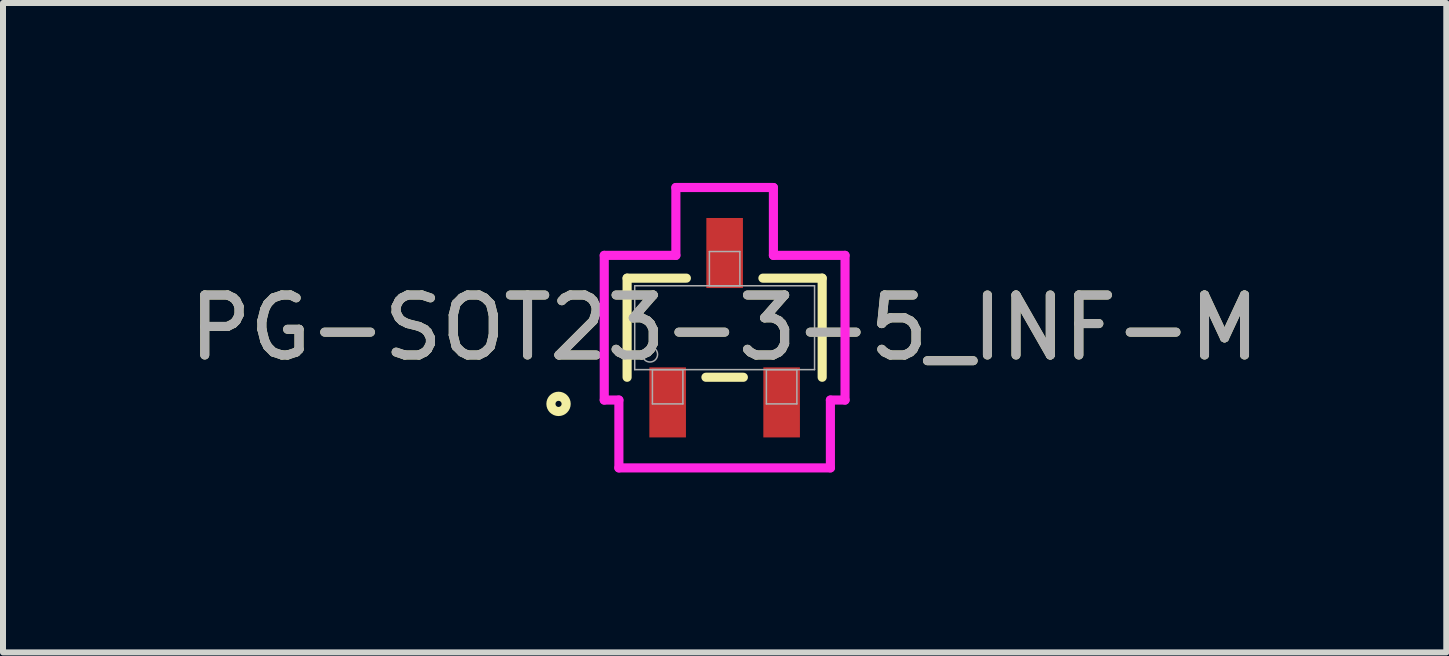
<source format=kicad_pcb>
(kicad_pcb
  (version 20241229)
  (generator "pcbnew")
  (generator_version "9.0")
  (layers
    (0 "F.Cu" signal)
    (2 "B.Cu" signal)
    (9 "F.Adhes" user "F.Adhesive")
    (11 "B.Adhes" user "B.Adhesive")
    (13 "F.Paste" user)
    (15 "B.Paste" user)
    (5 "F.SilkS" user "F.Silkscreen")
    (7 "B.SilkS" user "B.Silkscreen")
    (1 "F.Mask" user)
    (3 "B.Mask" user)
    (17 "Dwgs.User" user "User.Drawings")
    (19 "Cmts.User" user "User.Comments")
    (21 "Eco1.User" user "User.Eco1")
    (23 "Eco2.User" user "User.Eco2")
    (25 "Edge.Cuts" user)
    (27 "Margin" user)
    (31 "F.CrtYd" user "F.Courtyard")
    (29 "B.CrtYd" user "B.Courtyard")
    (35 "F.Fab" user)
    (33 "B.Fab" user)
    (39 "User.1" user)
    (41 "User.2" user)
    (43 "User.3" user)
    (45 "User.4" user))
  (footprint "PG-SOT23-3-5_INF-M"
    (layer "F.Cu")
    (at 9.03 2.413)
    (property "Reference" "PG-SOT23-3-5_INF-M" (at 0 0 0) (unlocked yes) (layer "F.SilkS") (effects (font (size 1 1) (thickness 0.15))))
    (attr smd)
    (fp_line (start -1.626 -0.826) (end -1.626 0.826) (stroke (width 0.152) (type solid)) (layer "F.SilkS"))
    (fp_line (start -0.638 -0.826) (end -1.626 -0.826) (stroke (width 0.152) (type solid)) (layer "F.SilkS"))
    (fp_line (start -0.312 0.826) (end 0.312 0.826) (stroke (width 0.152) (type solid)) (layer "F.SilkS"))
    (fp_line (start 1.626 -0.826) (end 0.638 -0.826) (stroke (width 0.152) (type solid)) (layer "F.SilkS"))
    (fp_line (start 1.626 0.826) (end 1.626 -0.826) (stroke (width 0.152) (type solid)) (layer "F.SilkS"))
    (fp_circle (center -2.769 1.27) (end -2.642 1.27) (stroke (width 0.152) (type solid)) (fill no) (layer "F.SilkS"))
    (fp_line (start -2.007 -1.206) (end -0.813 -1.206) (stroke (width 0.152) (type solid)) (layer "F.CrtYd"))
    (fp_line (start -2.007 1.206) (end -2.007 -1.206) (stroke (width 0.152) (type solid)) (layer "F.CrtYd"))
    (fp_line (start -2.007 1.206) (end -1.763 1.206) (stroke (width 0.152) (type solid)) (layer "F.CrtYd"))
    (fp_line (start -1.763 1.206) (end -1.763 2.337) (stroke (width 0.152) (type solid)) (layer "F.CrtYd"))
    (fp_line (start -1.763 2.337) (end 1.763 2.337) (stroke (width 0.152) (type solid)) (layer "F.CrtYd"))
    (fp_line (start -0.813 -2.337) (end 0.813 -2.337) (stroke (width 0.152) (type solid)) (layer "F.CrtYd"))
    (fp_line (start -0.813 -1.206) (end -0.813 -2.337) (stroke (width 0.152) (type solid)) (layer "F.CrtYd"))
    (fp_line (start 0.813 -1.206) (end 0.813 -2.337) (stroke (width 0.152) (type solid)) (layer "F.CrtYd"))
    (fp_line (start 1.763 1.206) (end 1.763 2.337) (stroke (width 0.152) (type solid)) (layer "F.CrtYd"))
    (fp_line (start 2.007 -1.206) (end 0.813 -1.206) (stroke (width 0.152) (type solid)) (layer "F.CrtYd"))
    (fp_line (start 2.007 -1.206) (end 2.007 1.206) (stroke (width 0.152) (type solid)) (layer "F.CrtYd"))
    (fp_line (start 2.007 1.206) (end 1.763 1.206) (stroke (width 0.152) (type solid)) (layer "F.CrtYd"))
    (fp_line (start -1.499 -0.699) (end -1.499 0.699) (stroke (width 0.025) (type solid)) (layer "F.Fab"))
    (fp_line (start -1.499 0.699) (end 1.499 0.699) (stroke (width 0.025) (type solid)) (layer "F.Fab"))
    (fp_line (start -1.204 0.699) (end -1.204 1.27) (stroke (width 0.025) (type solid)) (layer "F.Fab"))
    (fp_line (start -1.204 1.27) (end -0.696 1.27) (stroke (width 0.025) (type solid)) (layer "F.Fab"))
    (fp_line (start -0.696 0.699) (end -1.204 0.699) (stroke (width 0.025) (type solid)) (layer "F.Fab"))
    (fp_line (start -0.696 1.27) (end -0.696 0.699) (stroke (width 0.025) (type solid)) (layer "F.Fab"))
    (fp_line (start -0.254 -1.27) (end -0.254 -0.699) (stroke (width 0.025) (type solid)) (layer "F.Fab"))
    (fp_line (start -0.254 -0.699) (end 0.254 -0.699) (stroke (width 0.025) (type solid)) (layer "F.Fab"))
    (fp_line (start 0.254 -1.27) (end -0.254 -1.27) (stroke (width 0.025) (type solid)) (layer "F.Fab"))
    (fp_line (start 0.254 -0.699) (end 0.254 -1.27) (stroke (width 0.025) (type solid)) (layer "F.Fab"))
    (fp_line (start 0.696 0.699) (end 0.696 1.27) (stroke (width 0.025) (type solid)) (layer "F.Fab"))
    (fp_line (start 0.696 1.27) (end 1.204 1.27) (stroke (width 0.025) (type solid)) (layer "F.Fab"))
    (fp_line (start 1.204 0.699) (end 0.696 0.699) (stroke (width 0.025) (type solid)) (layer "F.Fab"))
    (fp_line (start 1.204 1.27) (end 1.204 0.699) (stroke (width 0.025) (type solid)) (layer "F.Fab"))
    (fp_line (start 1.499 -0.699) (end -1.499 -0.699) (stroke (width 0.025) (type solid)) (layer "F.Fab"))
    (fp_line (start 1.499 0.699) (end 1.499 -0.699) (stroke (width 0.025) (type solid)) (layer "F.Fab"))
    (fp_circle (center -1.245 0.445) (end -1.118 0.445) (stroke (width 0.025) (type solid)) (fill no) (layer "F.Fab"))
    (fp_text user "${REFERENCE}" (at 0 0 0) (unlocked yes) (layer "F.Fab") (effects (font (size 1 1) (thickness 0.15))))
    (pad "1" smd rect (at -0.95 1.245) (size 0.61 1.168) (layers "F.Cu" "F.Mask" "F.Paste"))
    (pad "2" smd rect (at 0.95 1.245) (size 0.61 1.168) (layers "F.Cu" "F.Mask" "F.Paste"))
    (pad "3" smd rect (at 0 -1.245) (size 0.61 1.168) (layers "F.Cu" "F.Mask" "F.Paste")))
  (gr_rect
    (start -3 -3)
    (end 21.06 7.826)
    (stroke (width 0.1) (type default))
    (fill no)
    (layer "Edge.Cuts")))
</source>
